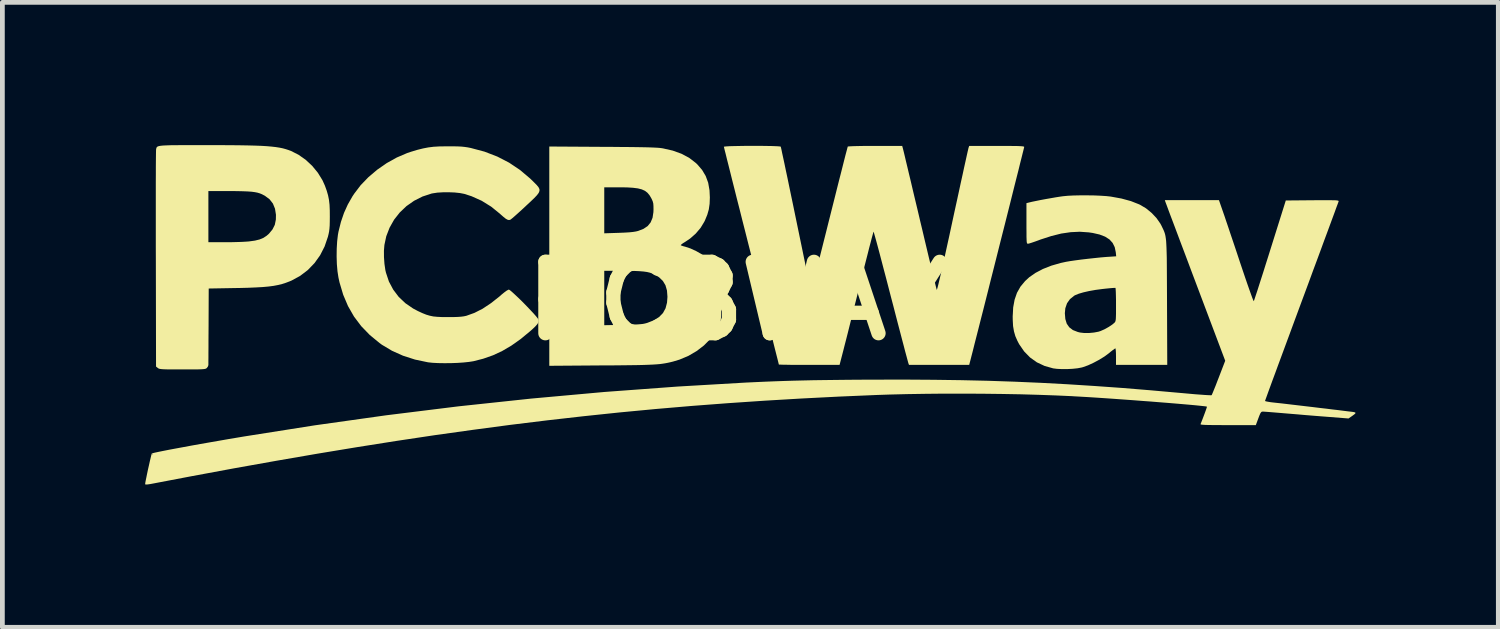
<source format=kicad_pcb>
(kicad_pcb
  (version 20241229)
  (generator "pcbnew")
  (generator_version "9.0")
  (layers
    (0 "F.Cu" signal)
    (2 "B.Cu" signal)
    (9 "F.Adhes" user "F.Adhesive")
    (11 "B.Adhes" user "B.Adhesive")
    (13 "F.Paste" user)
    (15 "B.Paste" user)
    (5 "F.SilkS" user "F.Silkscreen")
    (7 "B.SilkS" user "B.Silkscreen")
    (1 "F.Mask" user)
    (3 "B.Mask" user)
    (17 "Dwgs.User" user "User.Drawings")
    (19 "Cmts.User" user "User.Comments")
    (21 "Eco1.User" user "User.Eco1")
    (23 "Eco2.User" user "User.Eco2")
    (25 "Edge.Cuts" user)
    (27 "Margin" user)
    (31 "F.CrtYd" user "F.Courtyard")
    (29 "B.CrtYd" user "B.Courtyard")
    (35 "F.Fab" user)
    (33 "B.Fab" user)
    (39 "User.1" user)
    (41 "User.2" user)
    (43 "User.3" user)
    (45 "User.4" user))
  (footprint "PCBWAY"
    (layer "F.Cu")
    (at 12.447 3.274)
    (property "Reference" "PCBWAY" (at 0 0 0) (layer "F.SilkS") (effects (font (size 1.5 1.5) (thickness 0.3))))
    (attr board_only exclude_from_pos_files exclude_from_bom)
    (fp_poly (pts (xy -11.348 -3.274) (xy -11.153 -3.274) (xy -10.896 -3.274) (xy -10.668 -3.273) (xy -10.467 -3.271) (xy -10.291 -3.268) (xy -10.137 -3.264) (xy -10.003 -3.259) (xy -9.887 -3.252) (xy -9.787 -3.243) (xy -9.699 -3.233) (xy -9.623 -3.221) (xy -9.554 -3.207) (xy -9.492 -3.19) (xy -9.434 -3.171) (xy -9.382 -3.152) (xy -9.224 -3.072) (xy -9.073 -2.966) (xy -8.936 -2.838) (xy -8.817 -2.693) (xy -8.721 -2.537) (xy -8.669 -2.422) (xy -8.631 -2.316) (xy -8.603 -2.219) (xy -8.584 -2.124) (xy -8.572 -2.021) (xy -8.567 -1.903) (xy -8.566 -1.771) (xy -8.567 -1.665) (xy -8.569 -1.582) (xy -8.574 -1.517) (xy -8.581 -1.46) (xy -8.592 -1.406) (xy -8.607 -1.345) (xy -8.608 -1.343) (xy -8.676 -1.144) (xy -8.77 -0.96) (xy -8.888 -0.795) (xy -9.028 -0.65) (xy -9.188 -0.528) (xy -9.367 -0.43) (xy -9.409 -0.412) (xy -9.488 -0.382) (xy -9.568 -0.356) (xy -9.653 -0.335) (xy -9.747 -0.317) (xy -9.853 -0.303) (xy -9.975 -0.292) (xy -10.116 -0.284) (xy -10.28 -0.277) (xy -10.471 -0.272) (xy -10.549 -0.271) (xy -11.111 -0.261) (xy -11.114 0.53) (xy -11.115 0.686) (xy -11.116 0.833) (xy -11.116 0.967) (xy -11.117 1.086) (xy -11.117 1.187) (xy -11.118 1.266) (xy -11.118 1.32) (xy -11.118 1.347) (xy -11.118 1.348) (xy -11.129 1.38) (xy -11.15 1.408) (xy -11.16 1.417) (xy -11.174 1.424) (xy -11.193 1.429) (xy -11.223 1.433) (xy -11.267 1.436) (xy -11.327 1.438) (xy -11.408 1.439) (xy -11.514 1.439) (xy -11.647 1.439) (xy -11.662 1.439) (xy -11.799 1.439) (xy -11.907 1.439) (xy -11.991 1.438) (xy -12.055 1.436) (xy -12.1 1.433) (xy -12.132 1.429) (xy -12.154 1.424) (xy -12.169 1.417) (xy -12.18 1.409) (xy -12.218 1.379) (xy -12.222 -0.872) (xy -12.223 -1.138) (xy -12.223 -1.395) (xy -12.223 -1.642) (xy -12.223 -1.771) (xy -11.118 -1.771) (xy -11.118 -1.234) (xy -10.771 -1.234) (xy -10.657 -1.234) (xy -10.542 -1.237) (xy -10.434 -1.24) (xy -10.34 -1.245) (xy -10.269 -1.25) (xy -10.261 -1.251) (xy -10.139 -1.268) (xy -10.042 -1.292) (xy -9.962 -1.325) (xy -9.894 -1.37) (xy -9.844 -1.414) (xy -9.77 -1.504) (xy -9.722 -1.6) (xy -9.7 -1.709) (xy -9.698 -1.811) (xy -9.718 -1.938) (xy -9.762 -2.046) (xy -9.833 -2.137) (xy -9.931 -2.21) (xy -9.992 -2.242) (xy -10.036 -2.26) (xy -10.085 -2.275) (xy -10.141 -2.286) (xy -10.208 -2.295) (xy -10.291 -2.301) (xy -10.394 -2.305) (xy -10.519 -2.308) (xy -10.671 -2.309) (xy -10.703 -2.309) (xy -11.118 -2.309) (xy -11.118 -1.771) (xy -12.223 -1.771) (xy -12.223 -1.877) (xy -12.223 -2.098) (xy -12.223 -2.304) (xy -12.223 -2.493) (xy -12.222 -2.662) (xy -12.222 -2.811) (xy -12.221 -2.937) (xy -12.22 -3.038) (xy -12.219 -3.112) (xy -12.218 -3.159) (xy -12.218 -3.174) (xy -12.215 -3.194) (xy -12.211 -3.211) (xy -12.206 -3.225) (xy -12.196 -3.237) (xy -12.18 -3.247) (xy -12.154 -3.255) (xy -12.117 -3.261) (xy -12.066 -3.266) (xy -11.999 -3.269) (xy -11.914 -3.272) (xy -11.809 -3.273) (xy -11.681 -3.274) (xy -11.528 -3.274)) (stroke (width 0) (type solid)) (fill yes) (layer "F.SilkS"))
    (fp_poly (pts (xy -2.835 -3.238) (xy -2.612 -3.237) (xy -2.417 -3.235) (xy -2.25 -3.234) (xy -2.107 -3.232) (xy -1.987 -3.23) (xy -1.886 -3.228) (xy -1.802 -3.225) (xy -1.733 -3.222) (xy -1.676 -3.219) (xy -1.63 -3.215) (xy -1.592 -3.21) (xy -1.566 -3.206) (xy -1.359 -3.159) (xy -1.176 -3.093) (xy -1.016 -3.008) (xy -0.877 -2.901) (xy -0.845 -2.871) (xy -0.743 -2.753) (xy -0.667 -2.625) (xy -0.615 -2.484) (xy -0.587 -2.324) (xy -0.58 -2.175) (xy -0.585 -2.04) (xy -0.602 -1.923) (xy -0.634 -1.811) (xy -0.683 -1.692) (xy -0.698 -1.662) (xy -0.775 -1.535) (xy -0.876 -1.416) (xy -0.995 -1.311) (xy -1.096 -1.243) (xy -1.145 -1.213) (xy -1.178 -1.188) (xy -1.192 -1.172) (xy -1.191 -1.17) (xy -1.169 -1.16) (xy -1.128 -1.147) (xy -1.1 -1.14) (xy -0.988 -1.103) (xy -0.868 -1.048) (xy -0.749 -0.98) (xy -0.64 -0.905) (xy -0.551 -0.827) (xy -0.534 -0.809) (xy -0.485 -0.75) (xy -0.445 -0.689) (xy -0.413 -0.623) (xy -0.389 -0.547) (xy -0.371 -0.458) (xy -0.359 -0.351) (xy -0.351 -0.222) (xy -0.346 -0.068) (xy -0.345 0.017) (xy -0.344 0.138) (xy -0.343 0.231) (xy -0.344 0.302) (xy -0.346 0.356) (xy -0.35 0.396) (xy -0.356 0.428) (xy -0.364 0.456) (xy -0.375 0.485) (xy -0.381 0.498) (xy -0.463 0.655) (xy -0.572 0.802) (xy -0.705 0.936) (xy -0.859 1.054) (xy -1.03 1.154) (xy -1.215 1.232) (xy -1.35 1.273) (xy -1.406 1.287) (xy -1.46 1.299) (xy -1.512 1.309) (xy -1.567 1.318) (xy -1.627 1.326) (xy -1.694 1.332) (xy -1.772 1.337) (xy -1.862 1.341) (xy -1.967 1.345) (xy -2.091 1.348) (xy -2.235 1.35) (xy -2.403 1.352) (xy -2.596 1.354) (xy -2.818 1.355) (xy -2.859 1.355) (xy -3.954 1.363) (xy -3.954 -0.061) (xy -2.799 -0.061) (xy -2.799 0.51) (xy -2.4 0.502) (xy -2.273 0.499) (xy -2.174 0.496) (xy -2.096 0.493) (xy -2.035 0.488) (xy -1.987 0.483) (xy -1.947 0.475) (xy -1.909 0.465) (xy -1.89 0.459) (xy -1.755 0.406) (xy -1.647 0.338) (xy -1.566 0.255) (xy -1.511 0.155) (xy -1.48 0.036) (xy -1.471 -0.087) (xy -1.481 -0.219) (xy -1.513 -0.33) (xy -1.568 -0.421) (xy -1.647 -0.497) (xy -1.739 -0.553) (xy -1.789 -0.576) (xy -1.841 -0.594) (xy -1.9 -0.608) (xy -1.97 -0.618) (xy -2.055 -0.625) (xy -2.159 -0.63) (xy -2.288 -0.632) (xy -2.416 -0.633) (xy -2.799 -0.633) (xy -2.799 -0.061) (xy -3.954 -0.061) (xy -3.954 -0.941) (xy -3.954 -1.904) (xy -2.799 -1.904) (xy -2.799 -1.421) (xy -2.495 -1.431) (xy -2.37 -1.436) (xy -2.271 -1.442) (xy -2.194 -1.45) (xy -2.132 -1.46) (xy -2.087 -1.471) (xy -1.974 -1.515) (xy -1.886 -1.574) (xy -1.824 -1.651) (xy -1.784 -1.748) (xy -1.766 -1.867) (xy -1.764 -1.923) (xy -1.765 -1.995) (xy -1.769 -2.048) (xy -1.78 -2.091) (xy -1.799 -2.135) (xy -1.811 -2.159) (xy -1.849 -2.223) (xy -1.892 -2.274) (xy -1.944 -2.314) (xy -2.01 -2.344) (xy -2.092 -2.365) (xy -2.194 -2.378) (xy -2.321 -2.386) (xy -2.474 -2.388) (xy -2.486 -2.388) (xy -2.799 -2.388) (xy -2.799 -1.904) (xy -3.954 -1.904) (xy -3.954 -3.245)) (stroke (width 0) (type solid)) (fill yes) (layer "F.SilkS"))
    (fp_poly (pts (xy -5.963 -3.249) (xy -5.87 -3.247) (xy -5.795 -3.243) (xy -5.73 -3.236) (xy -5.668 -3.227) (xy -5.603 -3.214) (xy -5.599 -3.213) (xy -5.314 -3.137) (xy -5.047 -3.034) (xy -4.799 -2.906) (xy -4.569 -2.752) (xy -4.356 -2.572) (xy -4.331 -2.548) (xy -4.266 -2.484) (xy -4.215 -2.432) (xy -4.18 -2.389) (xy -4.161 -2.35) (xy -4.16 -2.312) (xy -4.177 -2.27) (xy -4.213 -2.222) (xy -4.269 -2.163) (xy -4.346 -2.089) (xy -4.444 -1.998) (xy -4.451 -1.991) (xy -4.533 -1.915) (xy -4.608 -1.847) (xy -4.674 -1.788) (xy -4.726 -1.743) (xy -4.762 -1.714) (xy -4.777 -1.705) (xy -4.803 -1.7) (xy -4.832 -1.707) (xy -4.868 -1.727) (xy -4.917 -1.766) (xy -4.982 -1.823) (xy -4.99 -1.831) (xy -5.175 -1.981) (xy -5.375 -2.105) (xy -5.587 -2.2) (xy -5.738 -2.249) (xy -5.83 -2.267) (xy -5.942 -2.279) (xy -6.066 -2.284) (xy -6.191 -2.283) (xy -6.307 -2.276) (xy -6.405 -2.261) (xy -6.427 -2.257) (xy -6.619 -2.194) (xy -6.795 -2.105) (xy -6.955 -1.993) (xy -7.096 -1.859) (xy -7.215 -1.708) (xy -7.31 -1.54) (xy -7.38 -1.359) (xy -7.419 -1.177) (xy -7.429 -1.056) (xy -7.428 -0.919) (xy -7.418 -0.779) (xy -7.399 -0.648) (xy -7.386 -0.593) (xy -7.324 -0.407) (xy -7.234 -0.238) (xy -7.119 -0.086) (xy -6.979 0.047) (xy -6.816 0.159) (xy -6.714 0.213) (xy -6.621 0.256) (xy -6.541 0.288) (xy -6.467 0.31) (xy -6.391 0.326) (xy -6.306 0.334) (xy -6.204 0.339) (xy -6.081 0.339) (xy -5.967 0.339) (xy -5.878 0.336) (xy -5.809 0.331) (xy -5.753 0.324) (xy -5.705 0.314) (xy -5.694 0.311) (xy -5.527 0.251) (xy -5.356 0.164) (xy -5.18 0.047) (xy -4.996 -0.098) (xy -4.962 -0.129) (xy -4.902 -0.178) (xy -4.852 -0.215) (xy -4.815 -0.235) (xy -4.803 -0.238) (xy -4.783 -0.227) (xy -4.745 -0.196) (xy -4.693 -0.149) (xy -4.63 -0.09) (xy -4.56 -0.023) (xy -4.487 0.05) (xy -4.414 0.125) (xy -4.346 0.197) (xy -4.284 0.263) (xy -4.234 0.32) (xy -4.199 0.364) (xy -4.182 0.391) (xy -4.181 0.393) (xy -4.178 0.424) (xy -4.186 0.456) (xy -4.209 0.492) (xy -4.25 0.538) (xy -4.311 0.596) (xy -4.361 0.64) (xy -4.559 0.803) (xy -4.751 0.939) (xy -4.942 1.051) (xy -5.137 1.142) (xy -5.342 1.214) (xy -5.55 1.267) (xy -5.64 1.281) (xy -5.753 1.293) (xy -5.882 1.302) (xy -6.02 1.307) (xy -6.158 1.308) (xy -6.29 1.306) (xy -6.406 1.3) (xy -6.5 1.29) (xy -6.506 1.289) (xy -6.776 1.232) (xy -7.028 1.151) (xy -7.26 1.047) (xy -7.471 0.921) (xy -7.522 0.884) (xy -7.727 0.715) (xy -7.906 0.53) (xy -8.058 0.328) (xy -8.184 0.108) (xy -8.285 -0.13) (xy -8.362 -0.388) (xy -8.385 -0.493) (xy -8.405 -0.623) (xy -8.418 -0.773) (xy -8.423 -0.934) (xy -8.421 -1.097) (xy -8.412 -1.251) (xy -8.396 -1.389) (xy -8.384 -1.455) (xy -8.332 -1.663) (xy -8.268 -1.85) (xy -8.189 -2.025) (xy -8.091 -2.197) (xy -8.054 -2.253) (xy -7.918 -2.432) (xy -7.755 -2.601) (xy -7.571 -2.757) (xy -7.371 -2.896) (xy -7.159 -3.014) (xy -6.94 -3.108) (xy -6.856 -3.136) (xy -6.723 -3.176) (xy -6.606 -3.205) (xy -6.497 -3.226) (xy -6.385 -3.24) (xy -6.262 -3.247) (xy -6.118 -3.249) (xy -6.081 -3.249)) (stroke (width 0) (type solid)) (fill yes) (layer "F.SilkS"))
    (fp_poly (pts (xy 7.497 -2.217) (xy 7.634 -2.211) (xy 7.755 -2.203) (xy 7.845 -2.193) (xy 8.07 -2.152) (xy 8.268 -2.098) (xy 8.438 -2.031) (xy 8.461 -2.02) (xy 8.586 -1.946) (xy 8.703 -1.85) (xy 8.806 -1.741) (xy 8.887 -1.625) (xy 8.91 -1.582) (xy 8.929 -1.542) (xy 8.946 -1.507) (xy 8.961 -1.474) (xy 8.974 -1.44) (xy 8.985 -1.405) (xy 8.994 -1.365) (xy 9.001 -1.319) (xy 9.008 -1.263) (xy 9.012 -1.197) (xy 9.016 -1.116) (xy 9.019 -1.02) (xy 9.022 -0.907) (xy 9.023 -0.773) (xy 9.024 -0.616) (xy 9.025 -0.435) (xy 9.026 -0.227) (xy 9.027 0.01) (xy 9.027 0.036) (xy 9.032 1.344) (xy 8.494 1.344) (xy 7.955 1.344) (xy 7.955 1.17) (xy 7.954 1.1) (xy 7.951 1.044) (xy 7.946 1.007) (xy 7.942 0.996) (xy 7.925 1.006) (xy 7.889 1.032) (xy 7.841 1.069) (xy 7.803 1.101) (xy 7.712 1.168) (xy 7.602 1.236) (xy 7.484 1.299) (xy 7.367 1.353) (xy 7.261 1.391) (xy 7.232 1.399) (xy 7.148 1.415) (xy 7.044 1.426) (xy 6.929 1.432) (xy 6.816 1.432) (xy 6.713 1.427) (xy 6.635 1.417) (xy 6.454 1.366) (xy 6.292 1.29) (xy 6.149 1.188) (xy 6.025 1.061) (xy 5.92 0.909) (xy 5.884 0.841) (xy 5.84 0.741) (xy 5.811 0.64) (xy 5.792 0.529) (xy 5.785 0.4) (xy 5.784 0.324) (xy 5.788 0.259) (xy 6.88 0.259) (xy 6.89 0.38) (xy 6.92 0.478) (xy 6.973 0.554) (xy 7.049 0.612) (xy 7.151 0.652) (xy 7.2 0.664) (xy 7.286 0.674) (xy 7.388 0.674) (xy 7.493 0.664) (xy 7.588 0.646) (xy 7.631 0.632) (xy 7.717 0.594) (xy 7.804 0.545) (xy 7.88 0.494) (xy 7.92 0.46) (xy 7.931 0.448) (xy 7.94 0.434) (xy 7.946 0.413) (xy 7.951 0.382) (xy 7.953 0.337) (xy 7.955 0.272) (xy 7.955 0.184) (xy 7.955 0.079) (xy 7.955 -0.022) (xy 7.953 -0.112) (xy 7.951 -0.187) (xy 7.948 -0.241) (xy 7.945 -0.27) (xy 7.943 -0.274) (xy 7.924 -0.274) (xy 7.88 -0.272) (xy 7.814 -0.266) (xy 7.734 -0.258) (xy 7.671 -0.251) (xy 7.526 -0.232) (xy 7.391 -0.208) (xy 7.272 -0.181) (xy 7.173 -0.152) (xy 7.099 -0.122) (xy 7.078 -0.111) (xy 6.988 -0.039) (xy 6.926 0.049) (xy 6.89 0.153) (xy 6.88 0.259) (xy 5.788 0.259) (xy 5.794 0.138) (xy 5.824 -0.026) (xy 5.874 -0.171) (xy 5.947 -0.3) (xy 6.044 -0.417) (xy 6.133 -0.499) (xy 6.264 -0.59) (xy 6.42 -0.672) (xy 6.598 -0.742) (xy 6.793 -0.798) (xy 6.904 -0.822) (xy 6.991 -0.837) (xy 7.102 -0.853) (xy 7.23 -0.87) (xy 7.367 -0.886) (xy 7.505 -0.901) (xy 7.639 -0.915) (xy 7.759 -0.925) (xy 7.795 -0.927) (xy 7.959 -0.938) (xy 7.95 -1.024) (xy 7.928 -1.13) (xy 7.884 -1.219) (xy 7.818 -1.292) (xy 7.726 -1.351) (xy 7.609 -1.396) (xy 7.464 -1.429) (xy 7.381 -1.441) (xy 7.194 -1.454) (xy 7.003 -1.445) (xy 6.804 -1.416) (xy 6.593 -1.363) (xy 6.365 -1.289) (xy 6.329 -1.275) (xy 6.254 -1.248) (xy 6.187 -1.225) (xy 6.136 -1.209) (xy 6.106 -1.202) (xy 6.104 -1.202) (xy 6.095 -1.203) (xy 6.088 -1.209) (xy 6.082 -1.223) (xy 6.078 -1.249) (xy 6.076 -1.291) (xy 6.074 -1.351) (xy 6.074 -1.433) (xy 6.073 -1.541) (xy 6.073 -1.628) (xy 6.073 -2.055) (xy 6.133 -2.07) (xy 6.191 -2.084) (xy 6.274 -2.101) (xy 6.372 -2.121) (xy 6.48 -2.141) (xy 6.589 -2.16) (xy 6.692 -2.178) (xy 6.781 -2.192) (xy 6.84 -2.2) (xy 6.941 -2.21) (xy 7.065 -2.216) (xy 7.205 -2.219) (xy 7.351 -2.219)) (stroke (width 0) (type solid)) (fill yes) (layer "F.SilkS"))
    (fp_poly (pts (xy 0.486 -3.259) (xy 0.596 -3.257) (xy 0.697 -3.256) (xy 0.782 -3.253) (xy 0.849 -3.25) (xy 0.893 -3.246) (xy 0.91 -3.242) (xy 0.914 -3.225) (xy 0.925 -3.178) (xy 0.94 -3.105) (xy 0.961 -3.008) (xy 0.987 -2.888) (xy 1.016 -2.748) (xy 1.05 -2.589) (xy 1.086 -2.415) (xy 1.125 -2.227) (xy 1.167 -2.027) (xy 1.21 -1.818) (xy 1.227 -1.736) (xy 1.271 -1.523) (xy 1.313 -1.32) (xy 1.353 -1.127) (xy 1.39 -0.947) (xy 1.424 -0.782) (xy 1.455 -0.635) (xy 1.481 -0.507) (xy 1.504 -0.401) (xy 1.521 -0.318) (xy 1.533 -0.261) (xy 1.539 -0.232) (xy 1.54 -0.229) (xy 1.55 -0.227) (xy 1.555 -0.237) (xy 1.56 -0.256) (xy 1.572 -0.303) (xy 1.591 -0.376) (xy 1.616 -0.474) (xy 1.647 -0.593) (xy 1.682 -0.733) (xy 1.722 -0.891) (xy 1.766 -1.065) (xy 1.813 -1.252) (xy 1.863 -1.45) (xy 1.915 -1.658) (xy 1.937 -1.745) (xy 1.99 -1.956) (xy 2.041 -2.158) (xy 2.089 -2.35) (xy 2.134 -2.529) (xy 2.176 -2.692) (xy 2.213 -2.839) (xy 2.245 -2.966) (xy 2.272 -3.072) (xy 2.294 -3.154) (xy 2.309 -3.211) (xy 2.317 -3.24) (xy 2.318 -3.244) (xy 2.335 -3.247) (xy 2.381 -3.25) (xy 2.451 -3.253) (xy 2.543 -3.255) (xy 2.653 -3.257) (xy 2.777 -3.258) (xy 2.895 -3.258) (xy 3.462 -3.258) (xy 3.478 -3.199) (xy 3.484 -3.175) (xy 3.497 -3.123) (xy 3.516 -3.044) (xy 3.54 -2.941) (xy 3.57 -2.817) (xy 3.604 -2.673) (xy 3.643 -2.512) (xy 3.684 -2.336) (xy 3.729 -2.147) (xy 3.777 -1.947) (xy 3.826 -1.739) (xy 3.835 -1.7) (xy 3.885 -1.492) (xy 3.932 -1.292) (xy 3.977 -1.103) (xy 4.019 -0.926) (xy 4.058 -0.765) (xy 4.093 -0.62) (xy 4.123 -0.495) (xy 4.148 -0.392) (xy 4.167 -0.313) (xy 4.181 -0.259) (xy 4.188 -0.233) (xy 4.188 -0.232) (xy 4.193 -0.242) (xy 4.205 -0.282) (xy 4.223 -0.352) (xy 4.246 -0.45) (xy 4.276 -0.577) (xy 4.311 -0.73) (xy 4.351 -0.91) (xy 4.396 -1.116) (xy 4.447 -1.347) (xy 4.502 -1.602) (xy 4.522 -1.695) (xy 4.568 -1.908) (xy 4.613 -2.112) (xy 4.655 -2.306) (xy 4.694 -2.487) (xy 4.731 -2.654) (xy 4.763 -2.803) (xy 4.792 -2.933) (xy 4.816 -3.042) (xy 4.835 -3.127) (xy 4.849 -3.187) (xy 4.856 -3.218) (xy 4.858 -3.222) (xy 4.87 -3.258) (xy 5.448 -3.258) (xy 5.601 -3.258) (xy 5.726 -3.257) (xy 5.824 -3.256) (xy 5.899 -3.255) (xy 5.954 -3.252) (xy 5.991 -3.249) (xy 6.014 -3.245) (xy 6.024 -3.24) (xy 6.026 -3.236) (xy 6.022 -3.219) (xy 6.011 -3.174) (xy 5.993 -3.102) (xy 5.969 -3.005) (xy 5.939 -2.887) (xy 5.905 -2.747) (xy 5.865 -2.59) (xy 5.821 -2.416) (xy 5.774 -2.228) (xy 5.724 -2.027) (xy 5.671 -1.817) (xy 5.616 -1.598) (xy 5.559 -1.374) (xy 5.501 -1.145) (xy 5.443 -0.914) (xy 5.385 -0.684) (xy 5.327 -0.456) (xy 5.271 -0.232) (xy 5.216 -0.014) (xy 5.163 0.196) (xy 5.112 0.395) (xy 5.065 0.581) (xy 5.021 0.753) (xy 4.981 0.909) (xy 4.947 1.046) (xy 4.917 1.162) (xy 4.893 1.256) (xy 4.885 1.285) (xy 4.87 1.344) (xy 4.237 1.344) (xy 3.605 1.344) (xy 3.592 1.309) (xy 3.586 1.288) (xy 3.573 1.24) (xy 3.553 1.165) (xy 3.526 1.066) (xy 3.495 0.946) (xy 3.458 0.806) (xy 3.417 0.649) (xy 3.372 0.478) (xy 3.324 0.293) (xy 3.274 0.099) (xy 3.224 -0.091) (xy 3.172 -0.292) (xy 3.122 -0.485) (xy 3.074 -0.666) (xy 3.03 -0.834) (xy 2.99 -0.987) (xy 2.954 -1.122) (xy 2.923 -1.237) (xy 2.897 -1.33) (xy 2.878 -1.398) (xy 2.866 -1.441) (xy 2.861 -1.455) (xy 2.855 -1.44) (xy 2.843 -1.397) (xy 2.824 -1.328) (xy 2.8 -1.235) (xy 2.77 -1.122) (xy 2.737 -0.99) (xy 2.699 -0.842) (xy 2.658 -0.681) (xy 2.614 -0.508) (xy 2.579 -0.368) (xy 2.532 -0.178) (xy 2.485 0.011) (xy 2.438 0.195) (xy 2.394 0.371) (xy 2.353 0.535) (xy 2.316 0.683) (xy 2.283 0.813) (xy 2.255 0.921) (xy 2.234 1.004) (xy 2.227 1.032) (xy 2.146 1.344) (xy 1.508 1.344) (xy 1.37 1.344) (xy 1.241 1.344) (xy 1.127 1.343) (xy 1.029 1.341) (xy 0.952 1.34) (xy 0.899 1.338) (xy 0.872 1.337) (xy 0.87 1.336) (xy 0.866 1.32) (xy 0.855 1.275) (xy 0.837 1.203) (xy 0.812 1.105) (xy 0.781 0.983) (xy 0.745 0.839) (xy 0.704 0.675) (xy 0.657 0.491) (xy 0.606 0.291) (xy 0.552 0.075) (xy 0.494 -0.154) (xy 0.432 -0.396) (xy 0.369 -0.648) (xy 0.302 -0.908) (xy 0.293 -0.947) (xy 0.226 -1.209) (xy 0.162 -1.463) (xy 0.1 -1.706) (xy 0.042 -1.938) (xy -0.014 -2.156) (xy -0.065 -2.36) (xy -0.112 -2.546) (xy -0.154 -2.715) (xy -0.191 -2.862) (xy -0.223 -2.988) (xy -0.248 -3.091) (xy -0.268 -3.168) (xy -0.28 -3.218) (xy -0.285 -3.239) (xy -0.285 -3.24) (xy -0.27 -3.244) (xy -0.227 -3.248) (xy -0.161 -3.252) (xy -0.076 -3.254) (xy 0.023 -3.256) (xy 0.133 -3.258) (xy 0.25 -3.259) (xy 0.369 -3.259)) (stroke (width 0) (type solid)) (fill yes) (layer "F.SilkS"))
    (fp_poly (pts (xy 10.213 -1.846) (xy 10.237 -1.777) (xy 10.269 -1.681) (xy 10.309 -1.564) (xy 10.354 -1.429) (xy 10.404 -1.281) (xy 10.457 -1.124) (xy 10.511 -0.962) (xy 10.565 -0.799) (xy 10.572 -0.778) (xy 10.623 -0.627) (xy 10.671 -0.485) (xy 10.715 -0.357) (xy 10.755 -0.243) (xy 10.789 -0.148) (xy 10.816 -0.073) (xy 10.836 -0.022) (xy 10.848 0.003) (xy 10.85 0.005) (xy 10.857 -0.012) (xy 10.872 -0.056) (xy 10.895 -0.126) (xy 10.926 -0.219) (xy 10.962 -0.332) (xy 11.004 -0.463) (xy 11.051 -0.609) (xy 11.101 -0.769) (xy 11.155 -0.939) (xy 11.193 -1.06) (xy 11.523 -2.111) (xy 12.082 -2.116) (xy 12.23 -2.117) (xy 12.349 -2.117) (xy 12.442 -2.117) (xy 12.513 -2.116) (xy 12.564 -2.115) (xy 12.599 -2.112) (xy 12.62 -2.108) (xy 12.631 -2.103) (xy 12.634 -2.097) (xy 12.633 -2.092) (xy 12.627 -2.074) (xy 12.61 -2.028) (xy 12.583 -1.956) (xy 12.548 -1.859) (xy 12.504 -1.74) (xy 12.452 -1.599) (xy 12.393 -1.439) (xy 12.327 -1.262) (xy 12.256 -1.068) (xy 12.179 -0.86) (xy 12.097 -0.64) (xy 12.012 -0.408) (xy 11.923 -0.168) (xy 11.856 0.012) (xy 11.765 0.258) (xy 11.677 0.496) (xy 11.593 0.724) (xy 11.513 0.94) (xy 11.438 1.143) (xy 11.368 1.332) (xy 11.305 1.504) (xy 11.248 1.657) (xy 11.199 1.791) (xy 11.158 1.903) (xy 11.126 1.992) (xy 11.103 2.055) (xy 11.09 2.092) (xy 11.087 2.101) (xy 11.101 2.109) (xy 11.141 2.117) (xy 11.2 2.127) (xy 11.257 2.134) (xy 11.33 2.142) (xy 11.424 2.152) (xy 11.536 2.165) (xy 11.662 2.18) (xy 11.798 2.196) (xy 11.942 2.213) (xy 12.088 2.23) (xy 12.234 2.248) (xy 12.375 2.264) (xy 12.509 2.281) (xy 12.632 2.295) (xy 12.74 2.309) (xy 12.829 2.32) (xy 12.897 2.328) (xy 12.938 2.333) (xy 12.949 2.335) (xy 12.98 2.343) (xy 12.989 2.355) (xy 12.976 2.373) (xy 12.937 2.403) (xy 12.912 2.421) (xy 12.841 2.47) (xy 12.411 2.436) (xy 12.268 2.425) (xy 12.105 2.412) (xy 11.932 2.398) (xy 11.761 2.383) (xy 11.603 2.37) (xy 11.53 2.364) (xy 11.412 2.354) (xy 11.302 2.345) (xy 11.206 2.337) (xy 11.128 2.331) (xy 11.071 2.327) (xy 11.041 2.325) (xy 11.039 2.325) (xy 11.019 2.328) (xy 11.003 2.34) (xy 10.986 2.367) (xy 10.966 2.414) (xy 10.946 2.467) (xy 10.893 2.61) (xy 10.308 2.61) (xy 10.151 2.609) (xy 10.023 2.609) (xy 9.922 2.607) (xy 9.845 2.606) (xy 9.79 2.603) (xy 9.754 2.6) (xy 9.736 2.595) (xy 9.731 2.59) (xy 9.731 2.59) (xy 9.766 2.502) (xy 9.798 2.418) (xy 9.826 2.343) (xy 9.848 2.282) (xy 9.862 2.24) (xy 9.866 2.222) (xy 9.866 2.222) (xy 9.847 2.217) (xy 9.799 2.211) (xy 9.725 2.203) (xy 9.627 2.193) (xy 9.508 2.182) (xy 9.37 2.17) (xy 9.217 2.157) (xy 9.05 2.143) (xy 8.872 2.129) (xy 8.686 2.114) (xy 8.494 2.1) (xy 8.3 2.085) (xy 8.105 2.071) (xy 7.912 2.057) (xy 7.724 2.044) (xy 7.544 2.032) (xy 7.373 2.021) (xy 7.215 2.012) (xy 7.072 2.004) (xy 7.03 2.001) (xy 6.695 1.986) (xy 6.335 1.973) (xy 5.954 1.962) (xy 5.559 1.955) (xy 5.155 1.95) (xy 4.747 1.948) (xy 4.343 1.948) (xy 3.946 1.952) (xy 3.563 1.958) (xy 3.2 1.967) (xy 2.934 1.976) (xy 2.136 2.01) (xy 1.351 2.05) (xy 0.575 2.096) (xy -0.193 2.148) (xy -0.956 2.206) (xy -1.717 2.271) (xy -2.477 2.343) (xy -3.239 2.423) (xy -4.005 2.51) (xy -4.779 2.605) (xy -5.561 2.709) (xy -6.355 2.82) (xy -7.162 2.941) (xy -7.985 3.071) (xy -8.827 3.21) (xy -9.69 3.359) (xy -10.576 3.517) (xy -11.487 3.686) (xy -12.253 3.832) (xy -12.338 3.848) (xy -12.395 3.856) (xy -12.43 3.858) (xy -12.445 3.854) (xy -12.447 3.849) (xy -12.444 3.824) (xy -12.435 3.774) (xy -12.421 3.706) (xy -12.405 3.627) (xy -12.387 3.541) (xy -12.367 3.454) (xy -12.349 3.372) (xy -12.332 3.301) (xy -12.319 3.246) (xy -12.311 3.218) (xy -12.305 3.218) (xy -12.297 3.226) (xy -12.289 3.218) (xy -12.297 3.211) (xy -12.305 3.218) (xy -12.311 3.218) (xy -12.309 3.213) (xy -12.307 3.206) (xy -12.287 3.199) (xy -12.238 3.187) (xy -12.163 3.171) (xy -12.064 3.151) (xy -11.943 3.127) (xy -11.803 3.101) (xy -11.646 3.072) (xy -11.474 3.04) (xy -11.29 3.007) (xy -11.096 2.973) (xy -10.895 2.938) (xy -10.689 2.902) (xy -10.48 2.867) (xy -10.367 2.848) (xy -8.883 2.614) (xy -7.381 2.403) (xy -5.863 2.215) (xy -4.334 2.052) (xy -2.797 1.913) (xy -1.254 1.799) (xy 0.166 1.716) (xy 0.378 1.706) (xy 0.581 1.697) (xy 0.779 1.689) (xy 0.975 1.682) (xy 1.174 1.676) (xy 1.379 1.671) (xy 1.593 1.666) (xy 1.821 1.663) (xy 2.066 1.66) (xy 2.333 1.657) (xy 2.624 1.655) (xy 2.894 1.654) (xy 3.521 1.653) (xy 4.122 1.657) (xy 4.704 1.665) (xy 5.27 1.678) (xy 5.827 1.697) (xy 6.381 1.721) (xy 6.937 1.751) (xy 7.501 1.787) (xy 8.078 1.828) (xy 8.674 1.877) (xy 9.294 1.932) (xy 9.362 1.938) (xy 9.496 1.95) (xy 9.619 1.961) (xy 9.729 1.969) (xy 9.822 1.976) (xy 9.895 1.98) (xy 9.943 1.982) (xy 9.964 1.981) (xy 9.965 1.981) (xy 9.973 1.963) (xy 9.991 1.921) (xy 10.017 1.857) (xy 10.05 1.776) (xy 10.086 1.682) (xy 10.113 1.613) (xy 10.25 1.257) (xy 9.627 -0.395) (xy 9.544 -0.615) (xy 9.465 -0.826) (xy 9.389 -1.028) (xy 9.317 -1.218) (xy 9.251 -1.394) (xy 9.191 -1.554) (xy 9.137 -1.697) (xy 9.09 -1.821) (xy 9.052 -1.923) (xy 9.023 -2.002) (xy 9.003 -2.055) (xy 8.993 -2.082) (xy 8.992 -2.084) (xy 8.981 -2.119) (xy 9.55 -2.119) (xy 10.118 -2.119)) (stroke (width 0) (type solid)) (fill yes) (layer "F.SilkS")))
  (gr_rect
    (start -3 -3)
    (end 28.436 10.132)
    (stroke (width 0.1) (type default))
    (fill no)
    (layer "Edge.Cuts")))
</source>
